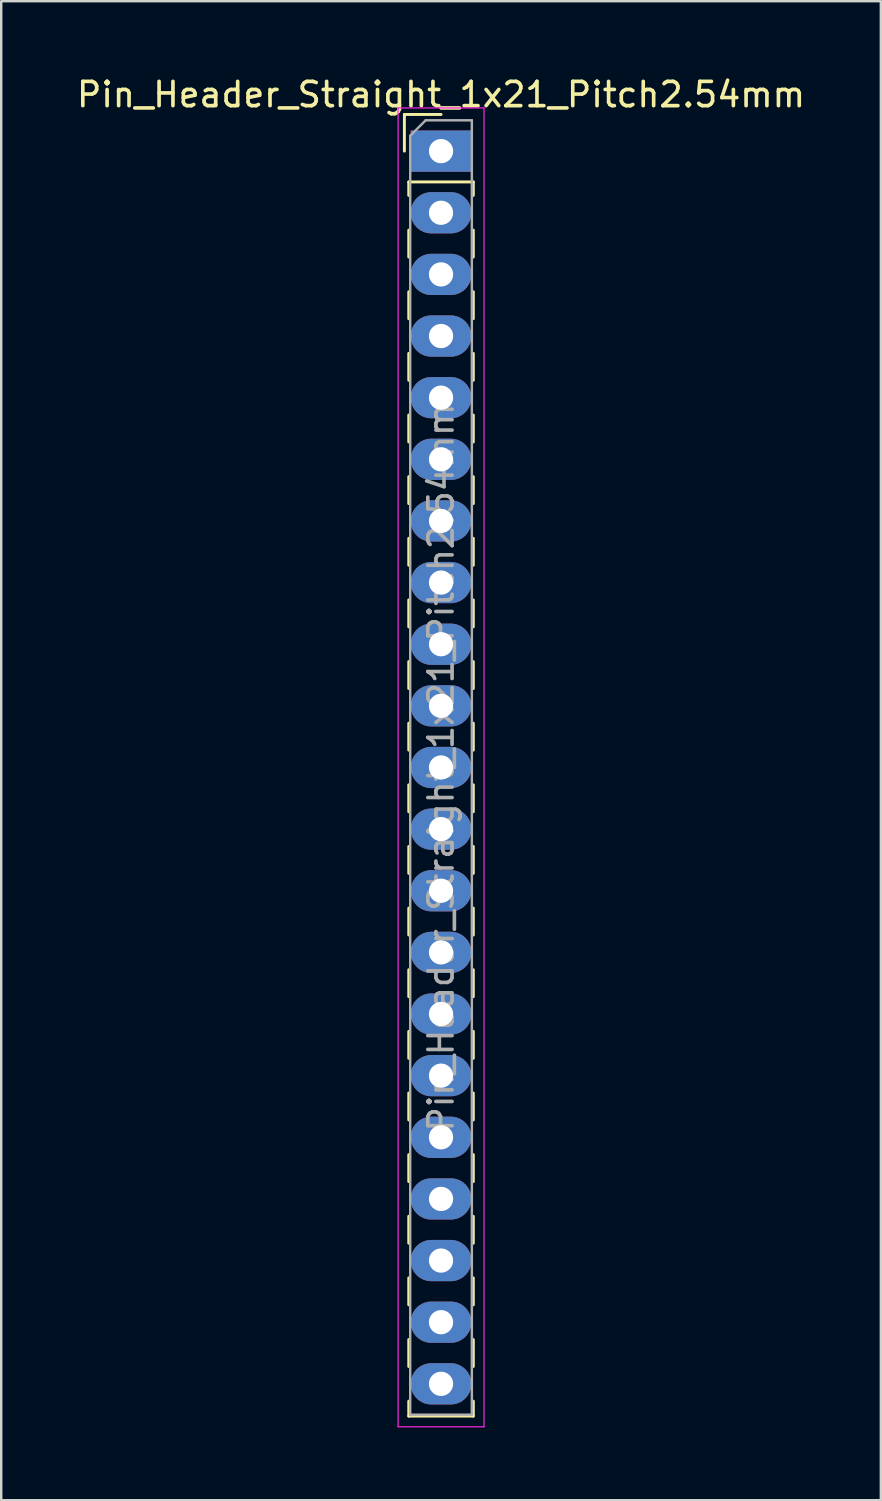
<source format=kicad_pcb>
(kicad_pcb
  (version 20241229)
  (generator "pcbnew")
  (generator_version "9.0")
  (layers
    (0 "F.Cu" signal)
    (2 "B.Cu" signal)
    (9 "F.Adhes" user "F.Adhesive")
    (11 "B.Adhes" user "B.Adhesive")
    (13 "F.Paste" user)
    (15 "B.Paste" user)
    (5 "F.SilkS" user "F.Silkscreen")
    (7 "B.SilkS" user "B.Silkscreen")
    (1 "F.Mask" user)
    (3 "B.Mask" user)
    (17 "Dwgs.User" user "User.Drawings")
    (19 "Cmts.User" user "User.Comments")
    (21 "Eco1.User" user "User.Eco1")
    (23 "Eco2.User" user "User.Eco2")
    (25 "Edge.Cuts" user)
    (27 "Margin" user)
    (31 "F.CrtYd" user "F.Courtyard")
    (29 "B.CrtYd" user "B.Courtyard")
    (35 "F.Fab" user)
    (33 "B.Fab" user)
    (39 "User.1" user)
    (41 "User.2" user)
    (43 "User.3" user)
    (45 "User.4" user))
  (footprint "Pin_Header_Straight_1x21_Pitch2.54mm"
    (layer "F.Cu")
    (at 15.125 3.178)
    (property "Reference" "Pin_Header_Straight_1x21_Pitch2.54mm" (at 0 -2.33 0) (layer "F.SilkS") (effects (font (size 1 1) (thickness 0.15))))
    (attr through_hole)
    (fp_line (start -1.51 -1.51) (end 0 -1.51) (stroke (width 0.12) (type solid)) (layer "F.SilkS"))
    (fp_line (start -1.51 0) (end -1.51 -1.51) (stroke (width 0.12) (type solid)) (layer "F.SilkS"))
    (fp_line (start -1.33 1.27) (end -1.33 1.825) (stroke (width 0.12) (type solid)) (layer "F.SilkS"))
    (fp_line (start -1.33 1.27) (end 1.33 1.27) (stroke (width 0.12) (type solid)) (layer "F.SilkS"))
    (fp_line (start -1.33 3.255) (end -1.33 4.365) (stroke (width 0.12) (type solid)) (layer "F.SilkS"))
    (fp_line (start -1.33 5.795) (end -1.33 6.905) (stroke (width 0.12) (type solid)) (layer "F.SilkS"))
    (fp_line (start -1.33 8.335) (end -1.33 9.445) (stroke (width 0.12) (type solid)) (layer "F.SilkS"))
    (fp_line (start -1.33 10.875) (end -1.33 11.985) (stroke (width 0.12) (type solid)) (layer "F.SilkS"))
    (fp_line (start -1.33 13.415) (end -1.33 14.525) (stroke (width 0.12) (type solid)) (layer "F.SilkS"))
    (fp_line (start -1.33 15.955) (end -1.33 17.065) (stroke (width 0.12) (type solid)) (layer "F.SilkS"))
    (fp_line (start -1.33 18.495) (end -1.33 19.605) (stroke (width 0.12) (type solid)) (layer "F.SilkS"))
    (fp_line (start -1.33 21.035) (end -1.33 22.145) (stroke (width 0.12) (type solid)) (layer "F.SilkS"))
    (fp_line (start -1.33 23.575) (end -1.33 24.685) (stroke (width 0.12) (type solid)) (layer "F.SilkS"))
    (fp_line (start -1.33 26.115) (end -1.33 27.225) (stroke (width 0.12) (type solid)) (layer "F.SilkS"))
    (fp_line (start -1.33 28.655) (end -1.33 29.765) (stroke (width 0.12) (type solid)) (layer "F.SilkS"))
    (fp_line (start -1.33 31.195) (end -1.33 32.305) (stroke (width 0.12) (type solid)) (layer "F.SilkS"))
    (fp_line (start -1.33 33.735) (end -1.33 34.845) (stroke (width 0.12) (type solid)) (layer "F.SilkS"))
    (fp_line (start -1.33 36.275) (end -1.33 37.385) (stroke (width 0.12) (type solid)) (layer "F.SilkS"))
    (fp_line (start -1.33 38.815) (end -1.33 39.925) (stroke (width 0.12) (type solid)) (layer "F.SilkS"))
    (fp_line (start -1.33 41.355) (end -1.33 42.465) (stroke (width 0.12) (type solid)) (layer "F.SilkS"))
    (fp_line (start -1.33 43.895) (end -1.33 45.005) (stroke (width 0.12) (type solid)) (layer "F.SilkS"))
    (fp_line (start -1.33 46.435) (end -1.33 47.545) (stroke (width 0.12) (type solid)) (layer "F.SilkS"))
    (fp_line (start -1.33 48.975) (end -1.33 50.085) (stroke (width 0.12) (type solid)) (layer "F.SilkS"))
    (fp_line (start -1.33 51.515) (end -1.33 52.13) (stroke (width 0.12) (type solid)) (layer "F.SilkS"))
    (fp_line (start -1.33 52.13) (end 1.33 52.13) (stroke (width 0.12) (type solid)) (layer "F.SilkS"))
    (fp_line (start 1.33 1.27) (end 1.33 1.825) (stroke (width 0.12) (type solid)) (layer "F.SilkS"))
    (fp_line (start 1.33 3.255) (end 1.33 4.365) (stroke (width 0.12) (type solid)) (layer "F.SilkS"))
    (fp_line (start 1.33 5.795) (end 1.33 6.905) (stroke (width 0.12) (type solid)) (layer "F.SilkS"))
    (fp_line (start 1.33 8.335) (end 1.33 9.445) (stroke (width 0.12) (type solid)) (layer "F.SilkS"))
    (fp_line (start 1.33 10.875) (end 1.33 11.985) (stroke (width 0.12) (type solid)) (layer "F.SilkS"))
    (fp_line (start 1.33 13.415) (end 1.33 14.525) (stroke (width 0.12) (type solid)) (layer "F.SilkS"))
    (fp_line (start 1.33 15.955) (end 1.33 17.065) (stroke (width 0.12) (type solid)) (layer "F.SilkS"))
    (fp_line (start 1.33 18.495) (end 1.33 19.605) (stroke (width 0.12) (type solid)) (layer "F.SilkS"))
    (fp_line (start 1.33 21.035) (end 1.33 22.145) (stroke (width 0.12) (type solid)) (layer "F.SilkS"))
    (fp_line (start 1.33 23.575) (end 1.33 24.685) (stroke (width 0.12) (type solid)) (layer "F.SilkS"))
    (fp_line (start 1.33 26.115) (end 1.33 27.225) (stroke (width 0.12) (type solid)) (layer "F.SilkS"))
    (fp_line (start 1.33 28.655) (end 1.33 29.765) (stroke (width 0.12) (type solid)) (layer "F.SilkS"))
    (fp_line (start 1.33 31.195) (end 1.33 32.305) (stroke (width 0.12) (type solid)) (layer "F.SilkS"))
    (fp_line (start 1.33 33.735) (end 1.33 34.845) (stroke (width 0.12) (type solid)) (layer "F.SilkS"))
    (fp_line (start 1.33 36.275) (end 1.33 37.385) (stroke (width 0.12) (type solid)) (layer "F.SilkS"))
    (fp_line (start 1.33 38.815) (end 1.33 39.925) (stroke (width 0.12) (type solid)) (layer "F.SilkS"))
    (fp_line (start 1.33 41.355) (end 1.33 42.465) (stroke (width 0.12) (type solid)) (layer "F.SilkS"))
    (fp_line (start 1.33 43.895) (end 1.33 45.005) (stroke (width 0.12) (type solid)) (layer "F.SilkS"))
    (fp_line (start 1.33 46.435) (end 1.33 47.545) (stroke (width 0.12) (type solid)) (layer "F.SilkS"))
    (fp_line (start 1.33 48.975) (end 1.33 50.085) (stroke (width 0.12) (type solid)) (layer "F.SilkS"))
    (fp_line (start 1.33 51.515) (end 1.33 52.13) (stroke (width 0.12) (type solid)) (layer "F.SilkS"))
    (fp_line (start -1.77 -1.78) (end -1.77 52.57) (stroke (width 0.05) (type solid)) (layer "F.CrtYd"))
    (fp_line (start -1.77 52.57) (end 1.77 52.57) (stroke (width 0.05) (type solid)) (layer "F.CrtYd"))
    (fp_line (start 1.77 -1.78) (end -1.77 -1.78) (stroke (width 0.05) (type solid)) (layer "F.CrtYd"))
    (fp_line (start 1.77 52.57) (end 1.77 -1.78) (stroke (width 0.05) (type solid)) (layer "F.CrtYd"))
    (fp_line (start -1.27 -0.635) (end -0.635 -1.27) (stroke (width 0.1) (type solid)) (layer "F.Fab"))
    (fp_line (start -1.27 52.07) (end -1.27 -0.635) (stroke (width 0.1) (type solid)) (layer "F.Fab"))
    (fp_line (start -0.635 -1.27) (end 1.27 -1.27) (stroke (width 0.1) (type solid)) (layer "F.Fab"))
    (fp_line (start 1.27 -1.27) (end 1.27 52.07) (stroke (width 0.1) (type solid)) (layer "F.Fab"))
    (fp_line (start 1.27 52.07) (end -1.27 52.07) (stroke (width 0.1) (type solid)) (layer "F.Fab"))
    (fp_text user "${REFERENCE}" (at 0 25.4 90) (layer "F.Fab") (effects (font (size 1 1) (thickness 0.15))))
    (pad "1" thru_hole rect (at 0 0) (size 2.5 1.7) (drill 1) (layers "*.Cu" "*.Mask"))
    (pad "2" thru_hole oval (at 0 2.54) (size 2.5 1.7) (drill 1) (layers "*.Cu" "*.Mask"))
    (pad "3" thru_hole oval (at 0 5.08) (size 2.5 1.7) (drill 1) (layers "*.Cu" "*.Mask"))
    (pad "4" thru_hole oval (at 0 7.62) (size 2.5 1.7) (drill 1) (layers "*.Cu" "*.Mask"))
    (pad "5" thru_hole oval (at 0 10.16) (size 2.5 1.7) (drill 1) (layers "*.Cu" "*.Mask"))
    (pad "6" thru_hole oval (at 0 12.7) (size 2.5 1.7) (drill 1) (layers "*.Cu" "*.Mask"))
    (pad "7" thru_hole oval (at 0 15.24) (size 2.5 1.7) (drill 1) (layers "*.Cu" "*.Mask"))
    (pad "8" thru_hole oval (at 0 17.78) (size 2.5 1.7) (drill 1) (layers "*.Cu" "*.Mask"))
    (pad "9" thru_hole oval (at 0 20.32) (size 2.5 1.7) (drill 1) (layers "*.Cu" "*.Mask"))
    (pad "10" thru_hole oval (at 0 22.86) (size 2.5 1.7) (drill 1) (layers "*.Cu" "*.Mask"))
    (pad "11" thru_hole oval (at 0 25.4) (size 2.5 1.7) (drill 1) (layers "*.Cu" "*.Mask"))
    (pad "12" thru_hole oval (at 0 27.94) (size 2.5 1.7) (drill 1) (layers "*.Cu" "*.Mask"))
    (pad "13" thru_hole oval (at 0 30.48) (size 2.5 1.7) (drill 1) (layers "*.Cu" "*.Mask"))
    (pad "14" thru_hole oval (at 0 33.02) (size 2.5 1.7) (drill 1) (layers "*.Cu" "*.Mask"))
    (pad "15" thru_hole oval (at 0 35.56) (size 2.5 1.7) (drill 1) (layers "*.Cu" "*.Mask"))
    (pad "16" thru_hole oval (at 0 38.1) (size 2.5 1.7) (drill 1) (layers "*.Cu" "*.Mask"))
    (pad "17" thru_hole oval (at 0 40.64) (size 2.5 1.7) (drill 1) (layers "*.Cu" "*.Mask"))
    (pad "18" thru_hole oval (at 0 43.18) (size 2.5 1.7) (drill 1) (layers "*.Cu" "*.Mask"))
    (pad "19" thru_hole oval (at 0 45.72) (size 2.5 1.7) (drill 1) (layers "*.Cu" "*.Mask"))
    (pad "20" thru_hole oval (at 0 48.26) (size 2.5 1.7) (drill 1) (layers "*.Cu" "*.Mask"))
    (pad "21" thru_hole oval (at 0 50.8) (size 2.5 1.7) (drill 1) (layers "*.Cu" "*.Mask")))
  (gr_rect
    (start -3 -3)
    (end 33.25 58.773)
    (stroke (width 0.1) (type default))
    (fill no)
    (layer "Edge.Cuts")))
</source>
